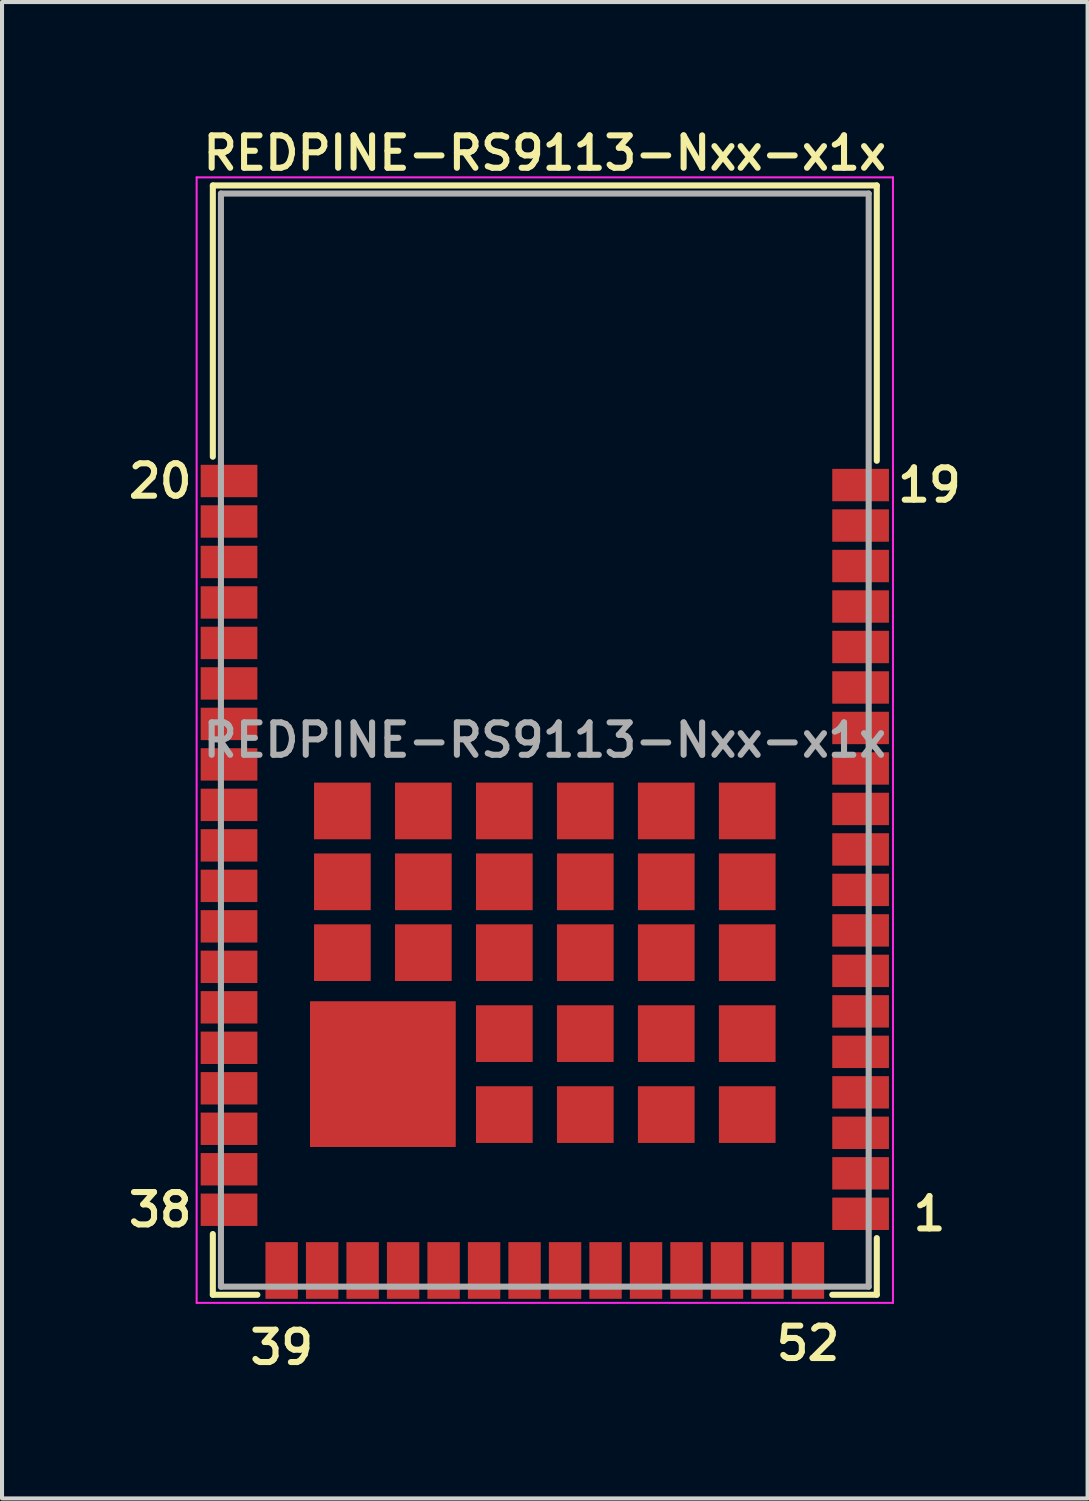
<source format=kicad_pcb>
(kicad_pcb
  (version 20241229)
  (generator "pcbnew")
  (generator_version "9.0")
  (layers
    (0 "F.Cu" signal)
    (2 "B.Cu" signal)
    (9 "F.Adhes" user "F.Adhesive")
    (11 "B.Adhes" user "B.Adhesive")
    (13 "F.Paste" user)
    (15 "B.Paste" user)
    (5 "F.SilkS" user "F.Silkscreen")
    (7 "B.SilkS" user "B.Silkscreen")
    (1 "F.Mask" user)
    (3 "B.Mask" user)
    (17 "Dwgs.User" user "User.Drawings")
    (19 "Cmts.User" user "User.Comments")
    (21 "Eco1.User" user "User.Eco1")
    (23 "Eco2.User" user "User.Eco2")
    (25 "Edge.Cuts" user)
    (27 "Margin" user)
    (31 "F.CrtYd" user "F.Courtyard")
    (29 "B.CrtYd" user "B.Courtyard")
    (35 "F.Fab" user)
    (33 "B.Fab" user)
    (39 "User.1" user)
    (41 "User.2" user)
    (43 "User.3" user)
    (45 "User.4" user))
  (footprint "REDPINE-RS9113-Nxx-x1x"
    (layer "F.Cu")
    (at 10.407 15.231)
    (property "Reference" "REDPINE-RS9113-Nxx-x1x" (at 0 -14.5 0) (layer "F.SilkS") (effects (font (size 0.8 0.8) (thickness 0.15))))
    (attr through_hole)
    (fp_line (start -8.2 -13.7) (end -8.2 -7) (stroke (width 0.15) (type solid)) (layer "F.SilkS"))
    (fp_line (start -8.2 -13.7) (end 8.2 -13.7) (stroke (width 0.15) (type solid)) (layer "F.SilkS"))
    (fp_line (start -8.2 12.2) (end -8.2 13.7) (stroke (width 0.15) (type solid)) (layer "F.SilkS"))
    (fp_line (start -8.2 13.7) (end -7.1 13.7) (stroke (width 0.15) (type solid)) (layer "F.SilkS"))
    (fp_line (start 7.1 13.7) (end 8.2 13.7) (stroke (width 0.15) (type solid)) (layer "F.SilkS"))
    (fp_line (start 8.2 -13.7) (end 8.2 -6.9) (stroke (width 0.15) (type solid)) (layer "F.SilkS"))
    (fp_line (start 8.2 13.7) (end 8.2 12.3) (stroke (width 0.15) (type solid)) (layer "F.SilkS"))
    (fp_line (start -8.6 -13.9) (end 8.6 -13.9) (stroke (width 0.05) (type solid)) (layer "F.CrtYd"))
    (fp_line (start -8.6 13.9) (end -8.6 -13.9) (stroke (width 0.05) (type solid)) (layer "F.CrtYd"))
    (fp_line (start 8.6 -13.9) (end 8.6 13.9) (stroke (width 0.05) (type solid)) (layer "F.CrtYd"))
    (fp_line (start 8.6 13.9) (end -8.6 13.9) (stroke (width 0.05) (type solid)) (layer "F.CrtYd"))
    (fp_line (start -8 -13.5) (end 8 -13.5) (stroke (width 0.15) (type solid)) (layer "F.Fab"))
    (fp_line (start -8 13.5) (end -8 -13.5) (stroke (width 0.15) (type solid)) (layer "F.Fab"))
    (fp_line (start -8 13.5) (end 8 13.5) (stroke (width 0.15) (type solid)) (layer "F.Fab"))
    (fp_line (start 8 -13.5) (end 8 13.5) (stroke (width 0.15) (type solid)) (layer "F.Fab"))
    (fp_text user "39" (at -6.5 15 0) (layer "F.SilkS") (effects (font (size 0.8 0.8) (thickness 0.15))))
    (fp_text user "38" (at -9.5 11.6 180) (layer "F.SilkS") (effects (font (size 0.8 0.8) (thickness 0.15))))
    (fp_text user "1" (at 9.5 11.7 180) (layer "F.SilkS") (effects (font (size 0.8 0.8) (thickness 0.15))))
    (fp_text user "20" (at -9.5 -6.4 0) (layer "F.SilkS") (effects (font (size 0.8 0.8) (thickness 0.15))))
    (fp_text user "52" (at 6.5 14.9 0) (layer "F.SilkS") (effects (font (size 0.8 0.8) (thickness 0.15))))
    (fp_text user "19" (at 9.5 -6.3 180) (layer "F.SilkS") (effects (font (size 0.8 0.8) (thickness 0.15))))
    (fp_text user "${REFERENCE}" (at 0 0 0) (layer "F.Fab") (effects (font (size 0.8 0.8) (thickness 0.15))))
    (pad "1" smd rect (at 7.8 11.7) (size 1.4 0.8) (layers "F.Cu" "F.Mask" "F.Paste"))
    (pad "2" smd rect (at 7.8 10.7) (size 1.4 0.8) (layers "F.Cu" "F.Mask" "F.Paste"))
    (pad "3" smd rect (at 7.8 9.7) (size 1.4 0.8) (layers "F.Cu" "F.Mask" "F.Paste"))
    (pad "4" smd rect (at 7.8 8.7) (size 1.4 0.8) (layers "F.Cu" "F.Mask" "F.Paste"))
    (pad "5" smd rect (at 7.8 7.7) (size 1.4 0.8) (layers "F.Cu" "F.Mask" "F.Paste"))
    (pad "6" smd rect (at 7.8 6.7) (size 1.4 0.8) (layers "F.Cu" "F.Mask" "F.Paste"))
    (pad "7" smd rect (at 7.8 5.7) (size 1.4 0.8) (layers "F.Cu" "F.Mask" "F.Paste"))
    (pad "8" smd rect (at 7.8 4.7) (size 1.4 0.8) (layers "F.Cu" "F.Mask" "F.Paste"))
    (pad "9" smd rect (at 7.8 3.7) (size 1.4 0.8) (layers "F.Cu" "F.Mask" "F.Paste"))
    (pad "10" smd rect (at 7.8 2.7) (size 1.4 0.8) (layers "F.Cu" "F.Mask" "F.Paste"))
    (pad "11" smd rect (at 7.8 1.7) (size 1.4 0.8) (layers "F.Cu" "F.Mask" "F.Paste"))
    (pad "12" smd rect (at 7.8 0.7) (size 1.4 0.8) (layers "F.Cu" "F.Mask" "F.Paste"))
    (pad "13" smd rect (at 7.8 -0.3) (size 1.4 0.8) (layers "F.Cu" "F.Mask" "F.Paste"))
    (pad "14" smd rect (at 7.8 -1.3) (size 1.4 0.8) (layers "F.Cu" "F.Mask" "F.Paste"))
    (pad "15" smd rect (at 7.8 -2.3) (size 1.4 0.8) (layers "F.Cu" "F.Mask" "F.Paste"))
    (pad "16" smd rect (at 7.8 -3.3) (size 1.4 0.8) (layers "F.Cu" "F.Mask" "F.Paste"))
    (pad "17" smd rect (at 7.8 -4.3) (size 1.4 0.8) (layers "F.Cu" "F.Mask" "F.Paste"))
    (pad "18" smd rect (at 7.8 -5.3) (size 1.4 0.8) (layers "F.Cu" "F.Mask" "F.Paste"))
    (pad "19" smd rect (at 7.8 -6.3) (size 1.4 0.8) (layers "F.Cu" "F.Mask" "F.Paste"))
    (pad "20" smd rect (at -7.8 -6.4) (size 1.4 0.8) (layers "F.Cu" "F.Mask" "F.Paste"))
    (pad "21" smd rect (at -7.8 -5.4) (size 1.4 0.8) (layers "F.Cu" "F.Mask" "F.Paste"))
    (pad "22" smd rect (at -7.8 -4.4) (size 1.4 0.8) (layers "F.Cu" "F.Mask" "F.Paste"))
    (pad "23" smd rect (at -7.8 -3.4) (size 1.4 0.8) (layers "F.Cu" "F.Mask" "F.Paste"))
    (pad "24" smd rect (at -7.8 -2.4) (size 1.4 0.8) (layers "F.Cu" "F.Mask" "F.Paste"))
    (pad "25" smd rect (at -7.8 -1.4) (size 1.4 0.8) (layers "F.Cu" "F.Mask" "F.Paste"))
    (pad "26" smd rect (at -7.8 -0.4) (size 1.4 0.8) (layers "F.Cu" "F.Mask" "F.Paste"))
    (pad "27" smd rect (at -7.8 0.6) (size 1.4 0.8) (layers "F.Cu" "F.Mask" "F.Paste"))
    (pad "28" smd rect (at -7.8 1.6) (size 1.4 0.8) (layers "F.Cu" "F.Mask" "F.Paste"))
    (pad "29" smd rect (at -7.8 2.6) (size 1.4 0.8) (layers "F.Cu" "F.Mask" "F.Paste"))
    (pad "30" smd rect (at -7.8 3.6) (size 1.4 0.8) (layers "F.Cu" "F.Mask" "F.Paste"))
    (pad "31" smd rect (at -7.8 4.6) (size 1.4 0.8) (layers "F.Cu" "F.Mask" "F.Paste"))
    (pad "32" smd rect (at -7.8 5.6) (size 1.4 0.8) (layers "F.Cu" "F.Mask" "F.Paste"))
    (pad "33" smd rect (at -7.8 6.6) (size 1.4 0.8) (layers "F.Cu" "F.Mask" "F.Paste"))
    (pad "34" smd rect (at -7.8 7.6) (size 1.4 0.8) (layers "F.Cu" "F.Mask" "F.Paste"))
    (pad "35" smd rect (at -7.8 8.6) (size 1.4 0.8) (layers "F.Cu" "F.Mask" "F.Paste"))
    (pad "36" smd rect (at -7.8 9.6) (size 1.4 0.8) (layers "F.Cu" "F.Mask" "F.Paste"))
    (pad "37" smd rect (at -7.8 10.6) (size 1.4 0.8) (layers "F.Cu" "F.Mask" "F.Paste"))
    (pad "38" smd rect (at -7.8 11.6) (size 1.4 0.8) (layers "F.Cu" "F.Mask" "F.Paste"))
    (pad "39" smd rect (at -6.5 13.1 90) (size 1.4 0.8) (layers "F.Cu" "F.Mask" "F.Paste"))
    (pad "40" smd rect (at -5.5 13.1 90) (size 1.4 0.8) (layers "F.Cu" "F.Mask" "F.Paste"))
    (pad "41" smd rect (at -4.5 13.1 90) (size 1.4 0.8) (layers "F.Cu" "F.Mask" "F.Paste"))
    (pad "42" smd rect (at -3.5 13.1 90) (size 1.4 0.8) (layers "F.Cu" "F.Mask" "F.Paste"))
    (pad "43" smd rect (at -2.5 13.1 90) (size 1.4 0.8) (layers "F.Cu" "F.Mask" "F.Paste"))
    (pad "44" smd rect (at -1.5 13.1 90) (size 1.4 0.8) (layers "F.Cu" "F.Mask" "F.Paste"))
    (pad "45" smd rect (at -0.5 13.1 90) (size 1.4 0.8) (layers "F.Cu" "F.Mask" "F.Paste"))
    (pad "46" smd rect (at 0.5 13.1 90) (size 1.4 0.8) (layers "F.Cu" "F.Mask" "F.Paste"))
    (pad "47" smd rect (at 1.5 13.1 90) (size 1.4 0.8) (layers "F.Cu" "F.Mask" "F.Paste"))
    (pad "48" smd rect (at 2.5 13.1 90) (size 1.4 0.8) (layers "F.Cu" "F.Mask" "F.Paste"))
    (pad "49" smd rect (at 3.5 13.1 90) (size 1.4 0.8) (layers "F.Cu" "F.Mask" "F.Paste"))
    (pad "50" smd rect (at 4.5 13.1 90) (size 1.4 0.8) (layers "F.Cu" "F.Mask" "F.Paste"))
    (pad "51" smd rect (at 5.5 13.1 90) (size 1.4 0.8) (layers "F.Cu" "F.Mask" "F.Paste"))
    (pad "52" smd rect (at 6.5 13.1 90) (size 1.4 0.8) (layers "F.Cu" "F.Mask" "F.Paste"))
    (pad "53" smd rect (at -4 8.25) (size 3.6 3.6) (layers "F.Cu" "F.Mask" "F.Paste"))
    (pad "54" smd rect (at -1 9.25) (size 1.4 1.4) (layers "F.Cu" "F.Mask" "F.Paste"))
    (pad "55" smd rect (at 1 9.25) (size 1.4 1.4) (layers "F.Cu" "F.Mask" "F.Paste"))
    (pad "56" smd rect (at 3 9.25) (size 1.4 1.4) (layers "F.Cu" "F.Mask" "F.Paste"))
    (pad "57" smd rect (at 5 9.25) (size 1.4 1.4) (layers "F.Cu" "F.Mask" "F.Paste"))
    (pad "58" smd rect (at -1 7.25) (size 1.4 1.4) (layers "F.Cu" "F.Mask" "F.Paste"))
    (pad "59" smd rect (at 1 7.25) (size 1.4 1.4) (layers "F.Cu" "F.Mask" "F.Paste"))
    (pad "60" smd rect (at 3 7.25) (size 1.4 1.4) (layers "F.Cu" "F.Mask" "F.Paste"))
    (pad "61" smd rect (at 5 7.25) (size 1.4 1.4) (layers "F.Cu" "F.Mask" "F.Paste"))
    (pad "62" smd rect (at -5 5.25) (size 1.4 1.4) (layers "F.Cu" "F.Mask" "F.Paste"))
    (pad "63" smd rect (at -3 5.25) (size 1.4 1.4) (layers "F.Cu" "F.Mask" "F.Paste"))
    (pad "64" smd rect (at -1 5.25) (size 1.4 1.4) (layers "F.Cu" "F.Mask" "F.Paste"))
    (pad "65" smd rect (at 1 5.25) (size 1.4 1.4) (layers "F.Cu" "F.Mask" "F.Paste"))
    (pad "66" smd rect (at 3 5.25) (size 1.4 1.4) (layers "F.Cu" "F.Mask" "F.Paste"))
    (pad "67" smd rect (at 5 5.25) (size 1.4 1.4) (layers "F.Cu" "F.Mask" "F.Paste"))
    (pad "68" smd rect (at -5 3.5) (size 1.4 1.4) (layers "F.Cu" "F.Mask" "F.Paste"))
    (pad "69" smd rect (at -3 3.5) (size 1.4 1.4) (layers "F.Cu" "F.Mask" "F.Paste"))
    (pad "70" smd rect (at -1 3.5) (size 1.4 1.4) (layers "F.Cu" "F.Mask" "F.Paste"))
    (pad "71" smd rect (at 1 3.5) (size 1.4 1.4) (layers "F.Cu" "F.Mask" "F.Paste"))
    (pad "72" smd rect (at 3 3.5) (size 1.4 1.4) (layers "F.Cu" "F.Mask" "F.Paste"))
    (pad "73" smd rect (at 5 3.5) (size 1.4 1.4) (layers "F.Cu" "F.Mask" "F.Paste"))
    (pad "74" smd rect (at -5 1.75) (size 1.4 1.4) (layers "F.Cu" "F.Mask" "F.Paste"))
    (pad "75" smd rect (at -3 1.75) (size 1.4 1.4) (layers "F.Cu" "F.Mask" "F.Paste"))
    (pad "76" smd rect (at -1 1.75) (size 1.4 1.4) (layers "F.Cu" "F.Mask" "F.Paste"))
    (pad "77" smd rect (at 1 1.75) (size 1.4 1.4) (layers "F.Cu" "F.Mask" "F.Paste"))
    (pad "78" smd rect (at 3 1.75) (size 1.4 1.4) (layers "F.Cu" "F.Mask" "F.Paste"))
    (pad "79" smd rect (at 5 1.75) (size 1.4 1.4) (layers "F.Cu" "F.Mask" "F.Paste")))
  (gr_rect
    (start -3 -3)
    (end 23.814 33.962)
    (stroke (width 0.1) (type default))
    (fill no)
    (layer "Edge.Cuts")))
</source>
